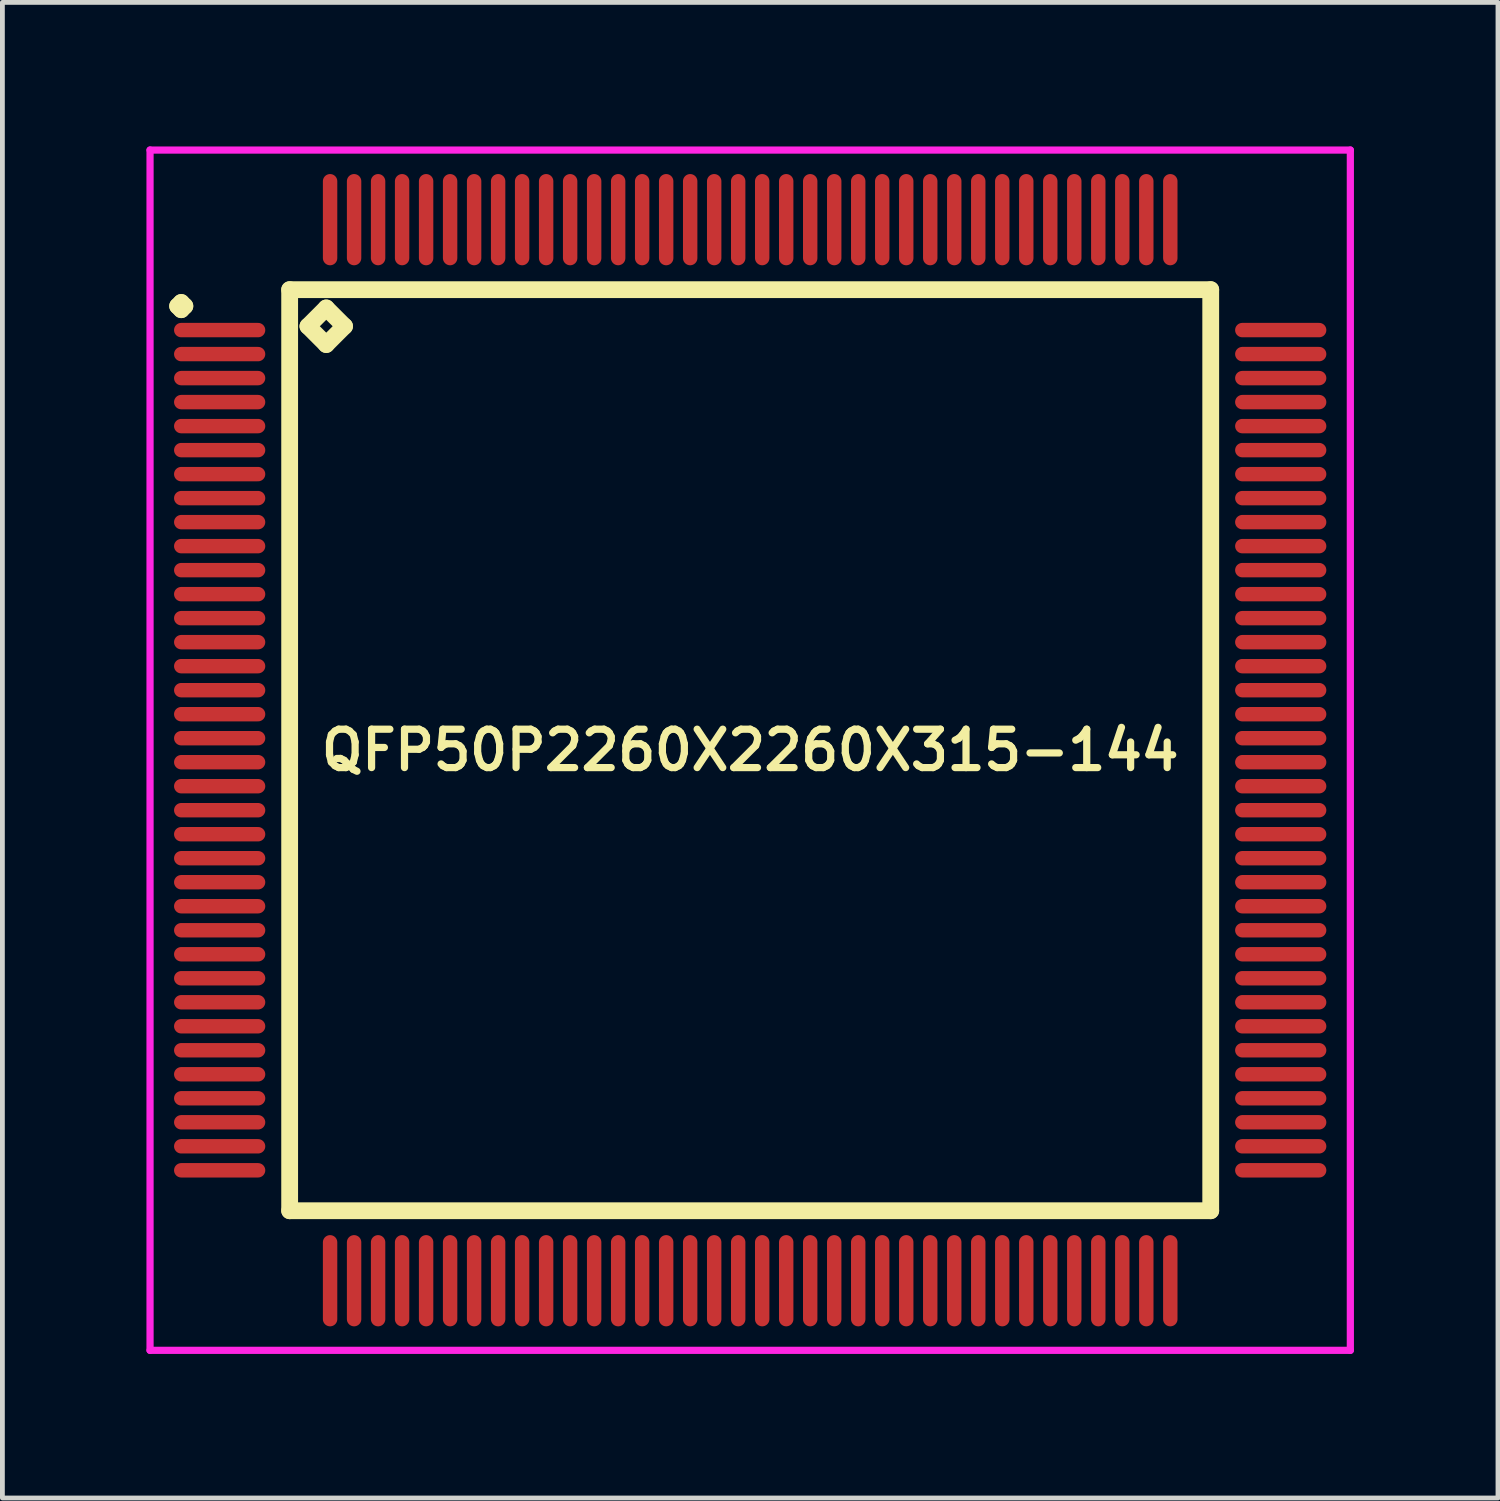
<source format=kicad_pcb>
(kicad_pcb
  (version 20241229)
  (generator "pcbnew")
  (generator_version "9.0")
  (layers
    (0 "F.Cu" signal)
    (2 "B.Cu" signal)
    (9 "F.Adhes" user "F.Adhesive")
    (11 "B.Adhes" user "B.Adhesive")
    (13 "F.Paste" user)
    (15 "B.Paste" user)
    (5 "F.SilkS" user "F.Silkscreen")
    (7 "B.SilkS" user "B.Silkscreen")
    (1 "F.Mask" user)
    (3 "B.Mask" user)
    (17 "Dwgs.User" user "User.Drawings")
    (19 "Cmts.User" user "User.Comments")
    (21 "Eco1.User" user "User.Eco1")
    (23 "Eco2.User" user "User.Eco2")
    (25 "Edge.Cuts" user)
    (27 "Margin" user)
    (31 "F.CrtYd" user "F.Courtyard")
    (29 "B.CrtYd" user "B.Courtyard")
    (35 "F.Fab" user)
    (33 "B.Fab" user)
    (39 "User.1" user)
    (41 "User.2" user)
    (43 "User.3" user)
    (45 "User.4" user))
  (footprint "QFP50P2260X2260X315-144"
    (layer "F.Cu")
    (at 12.575 12.575)
    (property "Reference" "QFP50P2260X2260X315-144" (at 0 0 0) (layer "F.SilkS") (effects (font (size 0.8 0.8) (thickness 0.15))))
    (attr through_hole)
    (fp_line (start -11.925 -9.25) (end -11.85 -9.325) (stroke (width 0.35) (type solid)) (layer "F.SilkS"))
    (fp_line (start -11.85 -9.325) (end -11.775 -9.25) (stroke (width 0.35) (type solid)) (layer "F.SilkS"))
    (fp_line (start -11.85 -9.175) (end -11.925 -9.25) (stroke (width 0.35) (type solid)) (layer "F.SilkS"))
    (fp_line (start -11.775 -9.25) (end -11.85 -9.175) (stroke (width 0.35) (type solid)) (layer "F.SilkS"))
    (fp_line (start -9.592 -9.592) (end -9.592 9.592) (stroke (width 0.35) (type solid)) (layer "F.SilkS"))
    (fp_line (start -9.592 9.592) (end 9.592 9.592) (stroke (width 0.35) (type solid)) (layer "F.SilkS"))
    (fp_line (start -9.211 -8.83) (end -8.83 -9.211) (stroke (width 0.35) (type solid)) (layer "F.SilkS"))
    (fp_line (start -8.83 -9.211) (end -8.449 -8.83) (stroke (width 0.35) (type solid)) (layer "F.SilkS"))
    (fp_line (start -8.83 -8.449) (end -9.211 -8.83) (stroke (width 0.35) (type solid)) (layer "F.SilkS"))
    (fp_line (start -8.449 -8.83) (end -8.83 -8.449) (stroke (width 0.35) (type solid)) (layer "F.SilkS"))
    (fp_line (start 9.592 -9.592) (end -9.592 -9.592) (stroke (width 0.35) (type solid)) (layer "F.SilkS"))
    (fp_line (start 9.592 9.592) (end 9.592 -9.592) (stroke (width 0.35) (type solid)) (layer "F.SilkS"))
    (fp_line (start -12.5 -12.5) (end 12.5 -12.5) (stroke (width 0.15) (type solid)) (layer "F.CrtYd"))
    (fp_line (start -12.5 12.5) (end -12.5 -12.5) (stroke (width 0.15) (type solid)) (layer "F.CrtYd"))
    (fp_line (start 12.5 -12.5) (end 12.5 12.5) (stroke (width 0.15) (type solid)) (layer "F.CrtYd"))
    (fp_line (start 12.5 12.5) (end -12.5 12.5) (stroke (width 0.15) (type solid)) (layer "F.CrtYd"))
    (pad "1" smd oval (at -11.05 -8.75) (size 1.9 0.3) (layers "F.Cu" "F.Mask" "F.Paste"))
    (pad "2" smd oval (at -11.05 -8.25) (size 1.9 0.3) (layers "F.Cu" "F.Mask" "F.Paste"))
    (pad "3" smd oval (at -11.05 -7.75) (size 1.9 0.3) (layers "F.Cu" "F.Mask" "F.Paste"))
    (pad "4" smd oval (at -11.05 -7.25) (size 1.9 0.3) (layers "F.Cu" "F.Mask" "F.Paste"))
    (pad "5" smd oval (at -11.05 -6.75) (size 1.9 0.3) (layers "F.Cu" "F.Mask" "F.Paste"))
    (pad "6" smd oval (at -11.05 -6.25) (size 1.9 0.3) (layers "F.Cu" "F.Mask" "F.Paste"))
    (pad "7" smd oval (at -11.05 -5.75) (size 1.9 0.3) (layers "F.Cu" "F.Mask" "F.Paste"))
    (pad "8" smd oval (at -11.05 -5.25) (size 1.9 0.3) (layers "F.Cu" "F.Mask" "F.Paste"))
    (pad "9" smd oval (at -11.05 -4.75) (size 1.9 0.3) (layers "F.Cu" "F.Mask" "F.Paste"))
    (pad "10" smd oval (at -11.05 -4.25) (size 1.9 0.3) (layers "F.Cu" "F.Mask" "F.Paste"))
    (pad "11" smd oval (at -11.05 -3.75) (size 1.9 0.3) (layers "F.Cu" "F.Mask" "F.Paste"))
    (pad "12" smd oval (at -11.05 -3.25) (size 1.9 0.3) (layers "F.Cu" "F.Mask" "F.Paste"))
    (pad "13" smd oval (at -11.05 -2.75) (size 1.9 0.3) (layers "F.Cu" "F.Mask" "F.Paste"))
    (pad "14" smd oval (at -11.05 -2.25) (size 1.9 0.3) (layers "F.Cu" "F.Mask" "F.Paste"))
    (pad "15" smd oval (at -11.05 -1.75) (size 1.9 0.3) (layers "F.Cu" "F.Mask" "F.Paste"))
    (pad "16" smd oval (at -11.05 -1.25) (size 1.9 0.3) (layers "F.Cu" "F.Mask" "F.Paste"))
    (pad "17" smd oval (at -11.05 -0.75) (size 1.9 0.3) (layers "F.Cu" "F.Mask" "F.Paste"))
    (pad "18" smd oval (at -11.05 -0.25) (size 1.9 0.3) (layers "F.Cu" "F.Mask" "F.Paste"))
    (pad "19" smd oval (at -11.05 0.25) (size 1.9 0.3) (layers "F.Cu" "F.Mask" "F.Paste"))
    (pad "20" smd oval (at -11.05 0.75) (size 1.9 0.3) (layers "F.Cu" "F.Mask" "F.Paste"))
    (pad "21" smd oval (at -11.05 1.25) (size 1.9 0.3) (layers "F.Cu" "F.Mask" "F.Paste"))
    (pad "22" smd oval (at -11.05 1.75) (size 1.9 0.3) (layers "F.Cu" "F.Mask" "F.Paste"))
    (pad "23" smd oval (at -11.05 2.25) (size 1.9 0.3) (layers "F.Cu" "F.Mask" "F.Paste"))
    (pad "24" smd oval (at -11.05 2.75) (size 1.9 0.3) (layers "F.Cu" "F.Mask" "F.Paste"))
    (pad "25" smd oval (at -11.05 3.25) (size 1.9 0.3) (layers "F.Cu" "F.Mask" "F.Paste"))
    (pad "26" smd oval (at -11.05 3.75) (size 1.9 0.3) (layers "F.Cu" "F.Mask" "F.Paste"))
    (pad "27" smd oval (at -11.05 4.25) (size 1.9 0.3) (layers "F.Cu" "F.Mask" "F.Paste"))
    (pad "28" smd oval (at -11.05 4.75) (size 1.9 0.3) (layers "F.Cu" "F.Mask" "F.Paste"))
    (pad "29" smd oval (at -11.05 5.25) (size 1.9 0.3) (layers "F.Cu" "F.Mask" "F.Paste"))
    (pad "30" smd oval (at -11.05 5.75) (size 1.9 0.3) (layers "F.Cu" "F.Mask" "F.Paste"))
    (pad "31" smd oval (at -11.05 6.25) (size 1.9 0.3) (layers "F.Cu" "F.Mask" "F.Paste"))
    (pad "32" smd oval (at -11.05 6.75) (size 1.9 0.3) (layers "F.Cu" "F.Mask" "F.Paste"))
    (pad "33" smd oval (at -11.05 7.25) (size 1.9 0.3) (layers "F.Cu" "F.Mask" "F.Paste"))
    (pad "34" smd oval (at -11.05 7.75) (size 1.9 0.3) (layers "F.Cu" "F.Mask" "F.Paste"))
    (pad "35" smd oval (at -11.05 8.25) (size 1.9 0.3) (layers "F.Cu" "F.Mask" "F.Paste"))
    (pad "36" smd oval (at -11.05 8.75) (size 1.9 0.3) (layers "F.Cu" "F.Mask" "F.Paste"))
    (pad "37" smd oval (at -8.75 11.05) (size 0.3 1.9) (layers "F.Cu" "F.Mask" "F.Paste"))
    (pad "38" smd oval (at -8.25 11.05) (size 0.3 1.9) (layers "F.Cu" "F.Mask" "F.Paste"))
    (pad "39" smd oval (at -7.75 11.05) (size 0.3 1.9) (layers "F.Cu" "F.Mask" "F.Paste"))
    (pad "40" smd oval (at -7.25 11.05) (size 0.3 1.9) (layers "F.Cu" "F.Mask" "F.Paste"))
    (pad "41" smd oval (at -6.75 11.05) (size 0.3 1.9) (layers "F.Cu" "F.Mask" "F.Paste"))
    (pad "42" smd oval (at -6.25 11.05) (size 0.3 1.9) (layers "F.Cu" "F.Mask" "F.Paste"))
    (pad "43" smd oval (at -5.75 11.05) (size 0.3 1.9) (layers "F.Cu" "F.Mask" "F.Paste"))
    (pad "44" smd oval (at -5.25 11.05) (size 0.3 1.9) (layers "F.Cu" "F.Mask" "F.Paste"))
    (pad "45" smd oval (at -4.75 11.05) (size 0.3 1.9) (layers "F.Cu" "F.Mask" "F.Paste"))
    (pad "46" smd oval (at -4.25 11.05) (size 0.3 1.9) (layers "F.Cu" "F.Mask" "F.Paste"))
    (pad "47" smd oval (at -3.75 11.05) (size 0.3 1.9) (layers "F.Cu" "F.Mask" "F.Paste"))
    (pad "48" smd oval (at -3.25 11.05) (size 0.3 1.9) (layers "F.Cu" "F.Mask" "F.Paste"))
    (pad "49" smd oval (at -2.75 11.05) (size 0.3 1.9) (layers "F.Cu" "F.Mask" "F.Paste"))
    (pad "50" smd oval (at -2.25 11.05) (size 0.3 1.9) (layers "F.Cu" "F.Mask" "F.Paste"))
    (pad "51" smd oval (at -1.75 11.05) (size 0.3 1.9) (layers "F.Cu" "F.Mask" "F.Paste"))
    (pad "52" smd oval (at -1.25 11.05) (size 0.3 1.9) (layers "F.Cu" "F.Mask" "F.Paste"))
    (pad "53" smd oval (at -0.75 11.05) (size 0.3 1.9) (layers "F.Cu" "F.Mask" "F.Paste"))
    (pad "54" smd oval (at -0.25 11.05) (size 0.3 1.9) (layers "F.Cu" "F.Mask" "F.Paste"))
    (pad "55" smd oval (at 0.25 11.05) (size 0.3 1.9) (layers "F.Cu" "F.Mask" "F.Paste"))
    (pad "56" smd oval (at 0.75 11.05) (size 0.3 1.9) (layers "F.Cu" "F.Mask" "F.Paste"))
    (pad "57" smd oval (at 1.25 11.05) (size 0.3 1.9) (layers "F.Cu" "F.Mask" "F.Paste"))
    (pad "58" smd oval (at 1.75 11.05) (size 0.3 1.9) (layers "F.Cu" "F.Mask" "F.Paste"))
    (pad "59" smd oval (at 2.25 11.05) (size 0.3 1.9) (layers "F.Cu" "F.Mask" "F.Paste"))
    (pad "60" smd oval (at 2.75 11.05) (size 0.3 1.9) (layers "F.Cu" "F.Mask" "F.Paste"))
    (pad "61" smd oval (at 3.25 11.05) (size 0.3 1.9) (layers "F.Cu" "F.Mask" "F.Paste"))
    (pad "62" smd oval (at 3.75 11.05) (size 0.3 1.9) (layers "F.Cu" "F.Mask" "F.Paste"))
    (pad "63" smd oval (at 4.25 11.05) (size 0.3 1.9) (layers "F.Cu" "F.Mask" "F.Paste"))
    (pad "64" smd oval (at 4.75 11.05) (size 0.3 1.9) (layers "F.Cu" "F.Mask" "F.Paste"))
    (pad "65" smd oval (at 5.25 11.05) (size 0.3 1.9) (layers "F.Cu" "F.Mask" "F.Paste"))
    (pad "66" smd oval (at 5.75 11.05) (size 0.3 1.9) (layers "F.Cu" "F.Mask" "F.Paste"))
    (pad "67" smd oval (at 6.25 11.05) (size 0.3 1.9) (layers "F.Cu" "F.Mask" "F.Paste"))
    (pad "68" smd oval (at 6.75 11.05) (size 0.3 1.9) (layers "F.Cu" "F.Mask" "F.Paste"))
    (pad "69" smd oval (at 7.25 11.05) (size 0.3 1.9) (layers "F.Cu" "F.Mask" "F.Paste"))
    (pad "70" smd oval (at 7.75 11.05) (size 0.3 1.9) (layers "F.Cu" "F.Mask" "F.Paste"))
    (pad "71" smd oval (at 8.25 11.05) (size 0.3 1.9) (layers "F.Cu" "F.Mask" "F.Paste"))
    (pad "72" smd oval (at 8.75 11.05) (size 0.3 1.9) (layers "F.Cu" "F.Mask" "F.Paste"))
    (pad "73" smd oval (at 11.05 8.75) (size 1.9 0.3) (layers "F.Cu" "F.Mask" "F.Paste"))
    (pad "74" smd oval (at 11.05 8.25) (size 1.9 0.3) (layers "F.Cu" "F.Mask" "F.Paste"))
    (pad "75" smd oval (at 11.05 7.75) (size 1.9 0.3) (layers "F.Cu" "F.Mask" "F.Paste"))
    (pad "76" smd oval (at 11.05 7.25) (size 1.9 0.3) (layers "F.Cu" "F.Mask" "F.Paste"))
    (pad "77" smd oval (at 11.05 6.75) (size 1.9 0.3) (layers "F.Cu" "F.Mask" "F.Paste"))
    (pad "78" smd oval (at 11.05 6.25) (size 1.9 0.3) (layers "F.Cu" "F.Mask" "F.Paste"))
    (pad "79" smd oval (at 11.05 5.75) (size 1.9 0.3) (layers "F.Cu" "F.Mask" "F.Paste"))
    (pad "80" smd oval (at 11.05 5.25) (size 1.9 0.3) (layers "F.Cu" "F.Mask" "F.Paste"))
    (pad "81" smd oval (at 11.05 4.75) (size 1.9 0.3) (layers "F.Cu" "F.Mask" "F.Paste"))
    (pad "82" smd oval (at 11.05 4.25) (size 1.9 0.3) (layers "F.Cu" "F.Mask" "F.Paste"))
    (pad "83" smd oval (at 11.05 3.75) (size 1.9 0.3) (layers "F.Cu" "F.Mask" "F.Paste"))
    (pad "84" smd oval (at 11.05 3.25) (size 1.9 0.3) (layers "F.Cu" "F.Mask" "F.Paste"))
    (pad "85" smd oval (at 11.05 2.75) (size 1.9 0.3) (layers "F.Cu" "F.Mask" "F.Paste"))
    (pad "86" smd oval (at 11.05 2.25) (size 1.9 0.3) (layers "F.Cu" "F.Mask" "F.Paste"))
    (pad "87" smd oval (at 11.05 1.75) (size 1.9 0.3) (layers "F.Cu" "F.Mask" "F.Paste"))
    (pad "88" smd oval (at 11.05 1.25) (size 1.9 0.3) (layers "F.Cu" "F.Mask" "F.Paste"))
    (pad "89" smd oval (at 11.05 0.75) (size 1.9 0.3) (layers "F.Cu" "F.Mask" "F.Paste"))
    (pad "90" smd oval (at 11.05 0.25) (size 1.9 0.3) (layers "F.Cu" "F.Mask" "F.Paste"))
    (pad "91" smd oval (at 11.05 -0.25) (size 1.9 0.3) (layers "F.Cu" "F.Mask" "F.Paste"))
    (pad "92" smd oval (at 11.05 -0.75) (size 1.9 0.3) (layers "F.Cu" "F.Mask" "F.Paste"))
    (pad "93" smd oval (at 11.05 -1.25) (size 1.9 0.3) (layers "F.Cu" "F.Mask" "F.Paste"))
    (pad "94" smd oval (at 11.05 -1.75) (size 1.9 0.3) (layers "F.Cu" "F.Mask" "F.Paste"))
    (pad "95" smd oval (at 11.05 -2.25) (size 1.9 0.3) (layers "F.Cu" "F.Mask" "F.Paste"))
    (pad "96" smd oval (at 11.05 -2.75) (size 1.9 0.3) (layers "F.Cu" "F.Mask" "F.Paste"))
    (pad "97" smd oval (at 11.05 -3.25) (size 1.9 0.3) (layers "F.Cu" "F.Mask" "F.Paste"))
    (pad "98" smd oval (at 11.05 -3.75) (size 1.9 0.3) (layers "F.Cu" "F.Mask" "F.Paste"))
    (pad "99" smd oval (at 11.05 -4.25) (size 1.9 0.3) (layers "F.Cu" "F.Mask" "F.Paste"))
    (pad "100" smd oval (at 11.05 -4.75) (size 1.9 0.3) (layers "F.Cu" "F.Mask" "F.Paste"))
    (pad "101" smd oval (at 11.05 -5.25) (size 1.9 0.3) (layers "F.Cu" "F.Mask" "F.Paste"))
    (pad "102" smd oval (at 11.05 -5.75) (size 1.9 0.3) (layers "F.Cu" "F.Mask" "F.Paste"))
    (pad "103" smd oval (at 11.05 -6.25) (size 1.9 0.3) (layers "F.Cu" "F.Mask" "F.Paste"))
    (pad "104" smd oval (at 11.05 -6.75) (size 1.9 0.3) (layers "F.Cu" "F.Mask" "F.Paste"))
    (pad "105" smd oval (at 11.05 -7.25) (size 1.9 0.3) (layers "F.Cu" "F.Mask" "F.Paste"))
    (pad "106" smd oval (at 11.05 -7.75) (size 1.9 0.3) (layers "F.Cu" "F.Mask" "F.Paste"))
    (pad "107" smd oval (at 11.05 -8.25) (size 1.9 0.3) (layers "F.Cu" "F.Mask" "F.Paste"))
    (pad "108" smd oval (at 11.05 -8.75) (size 1.9 0.3) (layers "F.Cu" "F.Mask" "F.Paste"))
    (pad "109" smd oval (at 8.75 -11.05) (size 0.3 1.9) (layers "F.Cu" "F.Mask" "F.Paste"))
    (pad "110" smd oval (at 8.25 -11.05) (size 0.3 1.9) (layers "F.Cu" "F.Mask" "F.Paste"))
    (pad "111" smd oval (at 7.75 -11.05) (size 0.3 1.9) (layers "F.Cu" "F.Mask" "F.Paste"))
    (pad "112" smd oval (at 7.25 -11.05) (size 0.3 1.9) (layers "F.Cu" "F.Mask" "F.Paste"))
    (pad "113" smd oval (at 6.75 -11.05) (size 0.3 1.9) (layers "F.Cu" "F.Mask" "F.Paste"))
    (pad "114" smd oval (at 6.25 -11.05) (size 0.3 1.9) (layers "F.Cu" "F.Mask" "F.Paste"))
    (pad "115" smd oval (at 5.75 -11.05) (size 0.3 1.9) (layers "F.Cu" "F.Mask" "F.Paste"))
    (pad "116" smd oval (at 5.25 -11.05) (size 0.3 1.9) (layers "F.Cu" "F.Mask" "F.Paste"))
    (pad "117" smd oval (at 4.75 -11.05) (size 0.3 1.9) (layers "F.Cu" "F.Mask" "F.Paste"))
    (pad "118" smd oval (at 4.25 -11.05) (size 0.3 1.9) (layers "F.Cu" "F.Mask" "F.Paste"))
    (pad "119" smd oval (at 3.75 -11.05) (size 0.3 1.9) (layers "F.Cu" "F.Mask" "F.Paste"))
    (pad "120" smd oval (at 3.25 -11.05) (size 0.3 1.9) (layers "F.Cu" "F.Mask" "F.Paste"))
    (pad "121" smd oval (at 2.75 -11.05) (size 0.3 1.9) (layers "F.Cu" "F.Mask" "F.Paste"))
    (pad "122" smd oval (at 2.25 -11.05) (size 0.3 1.9) (layers "F.Cu" "F.Mask" "F.Paste"))
    (pad "123" smd oval (at 1.75 -11.05) (size 0.3 1.9) (layers "F.Cu" "F.Mask" "F.Paste"))
    (pad "124" smd oval (at 1.25 -11.05) (size 0.3 1.9) (layers "F.Cu" "F.Mask" "F.Paste"))
    (pad "125" smd oval (at 0.75 -11.05) (size 0.3 1.9) (layers "F.Cu" "F.Mask" "F.Paste"))
    (pad "126" smd oval (at 0.25 -11.05) (size 0.3 1.9) (layers "F.Cu" "F.Mask" "F.Paste"))
    (pad "127" smd oval (at -0.25 -11.05) (size 0.3 1.9) (layers "F.Cu" "F.Mask" "F.Paste"))
    (pad "128" smd oval (at -0.75 -11.05) (size 0.3 1.9) (layers "F.Cu" "F.Mask" "F.Paste"))
    (pad "129" smd oval (at -1.25 -11.05) (size 0.3 1.9) (layers "F.Cu" "F.Mask" "F.Paste"))
    (pad "130" smd oval (at -1.75 -11.05) (size 0.3 1.9) (layers "F.Cu" "F.Mask" "F.Paste"))
    (pad "131" smd oval (at -2.25 -11.05) (size 0.3 1.9) (layers "F.Cu" "F.Mask" "F.Paste"))
    (pad "132" smd oval (at -2.75 -11.05) (size 0.3 1.9) (layers "F.Cu" "F.Mask" "F.Paste"))
    (pad "133" smd oval (at -3.25 -11.05) (size 0.3 1.9) (layers "F.Cu" "F.Mask" "F.Paste"))
    (pad "134" smd oval (at -3.75 -11.05) (size 0.3 1.9) (layers "F.Cu" "F.Mask" "F.Paste"))
    (pad "135" smd oval (at -4.25 -11.05) (size 0.3 1.9) (layers "F.Cu" "F.Mask" "F.Paste"))
    (pad "136" smd oval (at -4.75 -11.05) (size 0.3 1.9) (layers "F.Cu" "F.Mask" "F.Paste"))
    (pad "137" smd oval (at -5.25 -11.05) (size 0.3 1.9) (layers "F.Cu" "F.Mask" "F.Paste"))
    (pad "138" smd oval (at -5.75 -11.05) (size 0.3 1.9) (layers "F.Cu" "F.Mask" "F.Paste"))
    (pad "139" smd oval (at -6.25 -11.05) (size 0.3 1.9) (layers "F.Cu" "F.Mask" "F.Paste"))
    (pad "140" smd oval (at -6.75 -11.05) (size 0.3 1.9) (layers "F.Cu" "F.Mask" "F.Paste"))
    (pad "141" smd oval (at -7.25 -11.05) (size 0.3 1.9) (layers "F.Cu" "F.Mask" "F.Paste"))
    (pad "142" smd oval (at -7.75 -11.05) (size 0.3 1.9) (layers "F.Cu" "F.Mask" "F.Paste"))
    (pad "143" smd oval (at -8.25 -11.05) (size 0.3 1.9) (layers "F.Cu" "F.Mask" "F.Paste"))
    (pad "144" smd oval (at -8.75 -11.05) (size 0.3 1.9) (layers "F.Cu" "F.Mask" "F.Paste")))
  (gr_rect
    (start -3 -3)
    (end 28.15 28.15)
    (stroke (width 0.1) (type default))
    (fill no)
    (layer "Edge.Cuts")))
</source>
